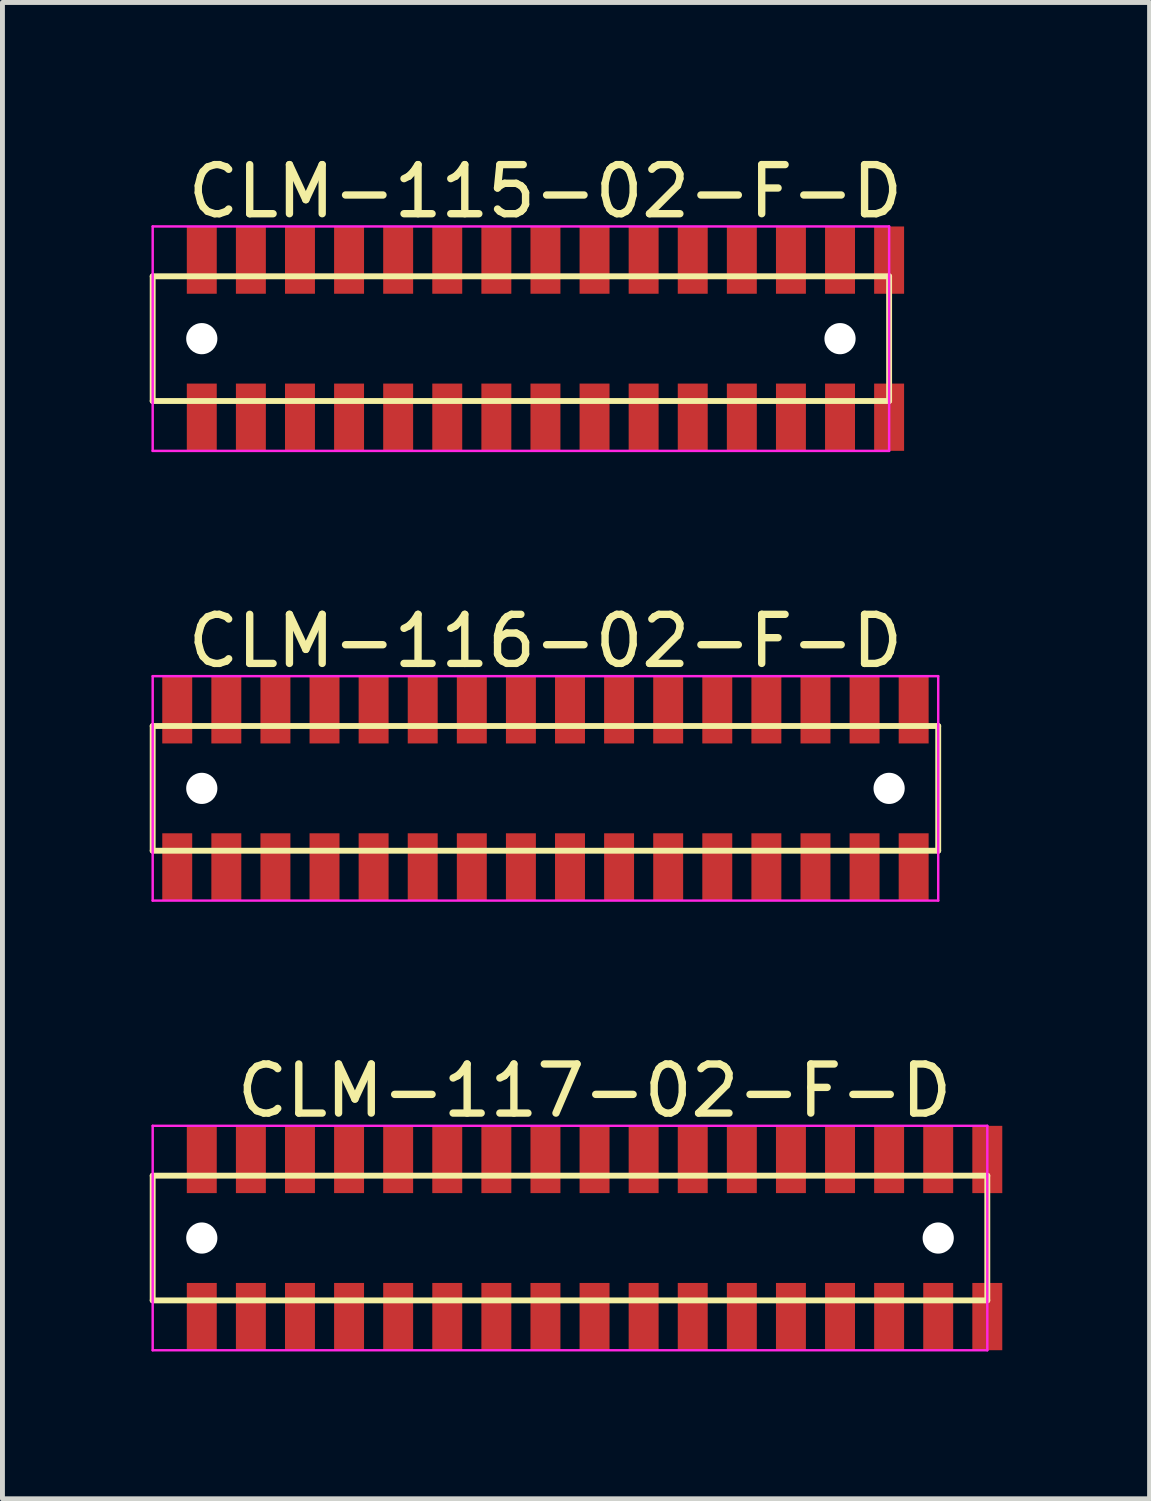
<source format=kicad_pcb>
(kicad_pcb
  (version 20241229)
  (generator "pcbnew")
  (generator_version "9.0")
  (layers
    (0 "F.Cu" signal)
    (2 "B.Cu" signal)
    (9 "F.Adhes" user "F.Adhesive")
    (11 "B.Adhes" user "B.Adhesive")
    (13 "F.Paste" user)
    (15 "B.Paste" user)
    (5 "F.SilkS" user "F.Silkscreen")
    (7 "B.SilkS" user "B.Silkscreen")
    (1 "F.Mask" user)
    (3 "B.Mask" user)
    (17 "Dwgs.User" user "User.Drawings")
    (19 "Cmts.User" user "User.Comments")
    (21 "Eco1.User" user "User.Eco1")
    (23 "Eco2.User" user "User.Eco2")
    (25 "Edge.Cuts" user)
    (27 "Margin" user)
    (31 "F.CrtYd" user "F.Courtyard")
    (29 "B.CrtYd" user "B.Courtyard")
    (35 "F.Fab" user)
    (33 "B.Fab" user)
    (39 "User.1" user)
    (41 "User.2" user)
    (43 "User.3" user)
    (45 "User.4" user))
  (footprint "CLM-116-02-F-D"
    (layer "F.Cu")
    (at 8.06 13.008)
    (property "Reference" "CLM-116-02-F-D" (at 0 -3 0) (layer "F.SilkS") (effects (font (size 1 1) (thickness 0.15))))
    (attr through_hole)
    (fp_line (start -8 -1.27) (end -8 1.27) (stroke (width 0.12) (type solid)) (layer "F.SilkS"))
    (fp_line (start -8 1.27) (end 8 1.27) (stroke (width 0.12) (type solid)) (layer "F.SilkS"))
    (fp_line (start 8 -1.27) (end -8 -1.27) (stroke (width 0.12) (type solid)) (layer "F.SilkS"))
    (fp_line (start 8 1.27) (end 8 -1.27) (stroke (width 0.12) (type solid)) (layer "F.SilkS"))
    (fp_line (start -8 -2.286) (end -8 2.286) (stroke (width 0.05) (type solid)) (layer "F.CrtYd"))
    (fp_line (start -8 2.286) (end 8 2.286) (stroke (width 0.05) (type solid)) (layer "F.CrtYd"))
    (fp_line (start 8 -2.286) (end -8 -2.286) (stroke (width 0.05) (type solid)) (layer "F.CrtYd"))
    (fp_line (start 8 2.286) (end 8 -2.286) (stroke (width 0.05) (type solid)) (layer "F.CrtYd"))
    (pad "" np_thru_hole circle (at -7 0) (size 0.635 0.635) (drill 0.635) (layers "*.Cu" "*.Mask"))
    (pad "" np_thru_hole circle (at 7 0) (size 0.635 0.635) (drill 0.635) (layers "*.Cu" "*.Mask"))
    (pad "1" smd rect (at -7.5 -1.6) (size 0.61 1.37) (layers "F.Cu" "F.Mask" "F.Paste"))
    (pad "2" smd rect (at -7.5 1.6) (size 0.61 1.37) (layers "F.Cu" "F.Mask" "F.Paste"))
    (pad "3" smd rect (at -6.5 -1.6) (size 0.61 1.37) (layers "F.Cu" "F.Mask" "F.Paste"))
    (pad "4" smd rect (at -6.5 1.6) (size 0.61 1.37) (layers "F.Cu" "F.Mask" "F.Paste"))
    (pad "5" smd rect (at -5.5 -1.6) (size 0.61 1.37) (layers "F.Cu" "F.Mask" "F.Paste"))
    (pad "6" smd rect (at -5.5 1.6) (size 0.61 1.37) (layers "F.Cu" "F.Mask" "F.Paste"))
    (pad "7" smd rect (at -4.5 -1.6) (size 0.61 1.37) (layers "F.Cu" "F.Mask" "F.Paste"))
    (pad "8" smd rect (at -4.5 1.6) (size 0.61 1.37) (layers "F.Cu" "F.Mask" "F.Paste"))
    (pad "9" smd rect (at -3.5 -1.6) (size 0.61 1.37) (layers "F.Cu" "F.Mask" "F.Paste"))
    (pad "10" smd rect (at -3.5 1.6) (size 0.61 1.37) (layers "F.Cu" "F.Mask" "F.Paste"))
    (pad "11" smd rect (at -2.5 -1.6) (size 0.61 1.37) (layers "F.Cu" "F.Mask" "F.Paste"))
    (pad "12" smd rect (at -2.5 1.6) (size 0.61 1.37) (layers "F.Cu" "F.Mask" "F.Paste"))
    (pad "13" smd rect (at -1.5 -1.6) (size 0.61 1.37) (layers "F.Cu" "F.Mask" "F.Paste"))
    (pad "14" smd rect (at -1.5 1.6) (size 0.61 1.37) (layers "F.Cu" "F.Mask" "F.Paste"))
    (pad "15" smd rect (at -0.5 -1.6) (size 0.61 1.37) (layers "F.Cu" "F.Mask" "F.Paste"))
    (pad "16" smd rect (at -0.5 1.6) (size 0.61 1.37) (layers "F.Cu" "F.Mask" "F.Paste"))
    (pad "17" smd rect (at 0.5 -1.6) (size 0.61 1.37) (layers "F.Cu" "F.Mask" "F.Paste"))
    (pad "18" smd rect (at 0.5 1.6) (size 0.61 1.37) (layers "F.Cu" "F.Mask" "F.Paste"))
    (pad "19" smd rect (at 1.5 -1.6) (size 0.61 1.37) (layers "F.Cu" "F.Mask" "F.Paste"))
    (pad "20" smd rect (at 1.5 1.6) (size 0.61 1.37) (layers "F.Cu" "F.Mask" "F.Paste"))
    (pad "21" smd rect (at 2.5 -1.6) (size 0.61 1.37) (layers "F.Cu" "F.Mask" "F.Paste"))
    (pad "22" smd rect (at 2.5 1.6) (size 0.61 1.37) (layers "F.Cu" "F.Mask" "F.Paste"))
    (pad "23" smd rect (at 3.5 -1.6) (size 0.61 1.37) (layers "F.Cu" "F.Mask" "F.Paste"))
    (pad "24" smd rect (at 3.5 1.6) (size 0.61 1.37) (layers "F.Cu" "F.Mask" "F.Paste"))
    (pad "25" smd rect (at 4.5 -1.6) (size 0.61 1.37) (layers "F.Cu" "F.Mask" "F.Paste"))
    (pad "26" smd rect (at 4.5 1.6) (size 0.61 1.37) (layers "F.Cu" "F.Mask" "F.Paste"))
    (pad "27" smd rect (at 5.5 -1.6) (size 0.61 1.37) (layers "F.Cu" "F.Mask" "F.Paste"))
    (pad "28" smd rect (at 5.5 1.6) (size 0.61 1.37) (layers "F.Cu" "F.Mask" "F.Paste"))
    (pad "29" smd rect (at 6.5 -1.6) (size 0.61 1.37) (layers "F.Cu" "F.Mask" "F.Paste"))
    (pad "30" smd rect (at 6.5 1.6) (size 0.61 1.37) (layers "F.Cu" "F.Mask" "F.Paste"))
    (pad "31" smd rect (at 7.5 -1.6) (size 0.61 1.37) (layers "F.Cu" "F.Mask" "F.Paste"))
    (pad "32" smd rect (at 7.5 1.6) (size 0.61 1.37) (layers "F.Cu" "F.Mask" "F.Paste")))
  (footprint "CLM-115-02-F-D"
    (layer "F.Cu")
    (at 8.06 3.848)
    (property "Reference" "CLM-115-02-F-D" (at 0 -3 0) (layer "F.SilkS") (effects (font (size 1 1) (thickness 0.15))))
    (attr through_hole)
    (fp_line (start -8 -1.27) (end -8 1.27) (stroke (width 0.12) (type solid)) (layer "F.SilkS"))
    (fp_line (start -8 1.27) (end 7 1.27) (stroke (width 0.12) (type solid)) (layer "F.SilkS"))
    (fp_line (start 7 -1.27) (end -8 -1.27) (stroke (width 0.12) (type solid)) (layer "F.SilkS"))
    (fp_line (start 7 1.27) (end 7 -1.27) (stroke (width 0.12) (type solid)) (layer "F.SilkS"))
    (fp_line (start -8 -2.286) (end -8 2.286) (stroke (width 0.05) (type solid)) (layer "F.CrtYd"))
    (fp_line (start -8 2.286) (end 7 2.286) (stroke (width 0.05) (type solid)) (layer "F.CrtYd"))
    (fp_line (start 7 -2.286) (end -8 -2.286) (stroke (width 0.05) (type solid)) (layer "F.CrtYd"))
    (fp_line (start 7 2.286) (end 7 -2.286) (stroke (width 0.05) (type solid)) (layer "F.CrtYd"))
    (pad "" np_thru_hole circle (at -7 0) (size 0.635 0.635) (drill 0.635) (layers "*.Cu" "*.Mask"))
    (pad "" np_thru_hole circle (at 6 0) (size 0.635 0.635) (drill 0.635) (layers "*.Cu" "*.Mask"))
    (pad "1" smd rect (at -7 -1.6) (size 0.61 1.37) (layers "F.Cu" "F.Mask" "F.Paste"))
    (pad "2" smd rect (at -7 1.6) (size 0.61 1.37) (layers "F.Cu" "F.Mask" "F.Paste"))
    (pad "3" smd rect (at -6 -1.6) (size 0.61 1.37) (layers "F.Cu" "F.Mask" "F.Paste"))
    (pad "4" smd rect (at -6 1.6) (size 0.61 1.37) (layers "F.Cu" "F.Mask" "F.Paste"))
    (pad "5" smd rect (at -5 -1.6) (size 0.61 1.37) (layers "F.Cu" "F.Mask" "F.Paste"))
    (pad "6" smd rect (at -5 1.6) (size 0.61 1.37) (layers "F.Cu" "F.Mask" "F.Paste"))
    (pad "7" smd rect (at -4 -1.6) (size 0.61 1.37) (layers "F.Cu" "F.Mask" "F.Paste"))
    (pad "8" smd rect (at -4 1.6) (size 0.61 1.37) (layers "F.Cu" "F.Mask" "F.Paste"))
    (pad "9" smd rect (at -3 -1.6) (size 0.61 1.37) (layers "F.Cu" "F.Mask" "F.Paste"))
    (pad "10" smd rect (at -3 1.6) (size 0.61 1.37) (layers "F.Cu" "F.Mask" "F.Paste"))
    (pad "11" smd rect (at -2 -1.6) (size 0.61 1.37) (layers "F.Cu" "F.Mask" "F.Paste"))
    (pad "12" smd rect (at -2 1.6) (size 0.61 1.37) (layers "F.Cu" "F.Mask" "F.Paste"))
    (pad "13" smd rect (at -1 -1.6) (size 0.61 1.37) (layers "F.Cu" "F.Mask" "F.Paste"))
    (pad "14" smd rect (at -1 1.6) (size 0.61 1.37) (layers "F.Cu" "F.Mask" "F.Paste"))
    (pad "15" smd rect (at 0 -1.6) (size 0.61 1.37) (layers "F.Cu" "F.Mask" "F.Paste"))
    (pad "16" smd rect (at 0 1.6) (size 0.61 1.37) (layers "F.Cu" "F.Mask" "F.Paste"))
    (pad "17" smd rect (at 1 -1.6) (size 0.61 1.37) (layers "F.Cu" "F.Mask" "F.Paste"))
    (pad "18" smd rect (at 1 1.6) (size 0.61 1.37) (layers "F.Cu" "F.Mask" "F.Paste"))
    (pad "19" smd rect (at 2 -1.6) (size 0.61 1.37) (layers "F.Cu" "F.Mask" "F.Paste"))
    (pad "20" smd rect (at 2 1.6) (size 0.61 1.37) (layers "F.Cu" "F.Mask" "F.Paste"))
    (pad "21" smd rect (at 3 -1.6) (size 0.61 1.37) (layers "F.Cu" "F.Mask" "F.Paste"))
    (pad "22" smd rect (at 3 1.6) (size 0.61 1.37) (layers "F.Cu" "F.Mask" "F.Paste"))
    (pad "23" smd rect (at 4 -1.6) (size 0.61 1.37) (layers "F.Cu" "F.Mask" "F.Paste"))
    (pad "24" smd rect (at 4 1.6) (size 0.61 1.37) (layers "F.Cu" "F.Mask" "F.Paste"))
    (pad "25" smd rect (at 5 -1.6) (size 0.61 1.37) (layers "F.Cu" "F.Mask" "F.Paste"))
    (pad "26" smd rect (at 5 1.6) (size 0.61 1.37) (layers "F.Cu" "F.Mask" "F.Paste"))
    (pad "27" smd rect (at 6 -1.6) (size 0.61 1.37) (layers "F.Cu" "F.Mask" "F.Paste"))
    (pad "28" smd rect (at 6 1.6) (size 0.61 1.37) (layers "F.Cu" "F.Mask" "F.Paste"))
    (pad "29" smd rect (at 7 -1.6) (size 0.61 1.37) (layers "F.Cu" "F.Mask" "F.Paste"))
    (pad "30" smd rect (at 7 1.6) (size 0.61 1.37) (layers "F.Cu" "F.Mask" "F.Paste")))
  (footprint "CLM-117-02-F-D"
    (layer "F.Cu")
    (at 9.06 22.167)
    (property "Reference" "CLM-117-02-F-D" (at 0 -3 0) (layer "F.SilkS") (effects (font (size 1 1) (thickness 0.15))))
    (attr through_hole)
    (fp_line (start -9 -1.27) (end -9 1.27) (stroke (width 0.12) (type solid)) (layer "F.SilkS"))
    (fp_line (start -9 1.27) (end 8 1.27) (stroke (width 0.12) (type solid)) (layer "F.SilkS"))
    (fp_line (start 8 -1.27) (end -9 -1.27) (stroke (width 0.12) (type solid)) (layer "F.SilkS"))
    (fp_line (start 8 1.27) (end 8 -1.27) (stroke (width 0.12) (type solid)) (layer "F.SilkS"))
    (fp_line (start -9 -2.286) (end -9 2.286) (stroke (width 0.05) (type solid)) (layer "F.CrtYd"))
    (fp_line (start -9 2.286) (end 8 2.286) (stroke (width 0.05) (type solid)) (layer "F.CrtYd"))
    (fp_line (start 8 -2.286) (end -9 -2.286) (stroke (width 0.05) (type solid)) (layer "F.CrtYd"))
    (fp_line (start 8 2.286) (end 8 -2.286) (stroke (width 0.05) (type solid)) (layer "F.CrtYd"))
    (pad "" np_thru_hole circle (at -8 0) (size 0.635 0.635) (drill 0.635) (layers "*.Cu" "*.Mask"))
    (pad "" np_thru_hole circle (at 7 0) (size 0.635 0.635) (drill 0.635) (layers "*.Cu" "*.Mask"))
    (pad "1" smd rect (at -8 -1.6) (size 0.61 1.37) (layers "F.Cu" "F.Mask" "F.Paste"))
    (pad "2" smd rect (at -8 1.6) (size 0.61 1.37) (layers "F.Cu" "F.Mask" "F.Paste"))
    (pad "3" smd rect (at -7 -1.6) (size 0.61 1.37) (layers "F.Cu" "F.Mask" "F.Paste"))
    (pad "4" smd rect (at -7 1.6) (size 0.61 1.37) (layers "F.Cu" "F.Mask" "F.Paste"))
    (pad "5" smd rect (at -6 -1.6) (size 0.61 1.37) (layers "F.Cu" "F.Mask" "F.Paste"))
    (pad "6" smd rect (at -6 1.6) (size 0.61 1.37) (layers "F.Cu" "F.Mask" "F.Paste"))
    (pad "7" smd rect (at -5 -1.6) (size 0.61 1.37) (layers "F.Cu" "F.Mask" "F.Paste"))
    (pad "8" smd rect (at -5 1.6) (size 0.61 1.37) (layers "F.Cu" "F.Mask" "F.Paste"))
    (pad "9" smd rect (at -4 -1.6) (size 0.61 1.37) (layers "F.Cu" "F.Mask" "F.Paste"))
    (pad "10" smd rect (at -4 1.6) (size 0.61 1.37) (layers "F.Cu" "F.Mask" "F.Paste"))
    (pad "11" smd rect (at -3 -1.6) (size 0.61 1.37) (layers "F.Cu" "F.Mask" "F.Paste"))
    (pad "12" smd rect (at -3 1.6) (size 0.61 1.37) (layers "F.Cu" "F.Mask" "F.Paste"))
    (pad "13" smd rect (at -2 -1.6) (size 0.61 1.37) (layers "F.Cu" "F.Mask" "F.Paste"))
    (pad "14" smd rect (at -2 1.6) (size 0.61 1.37) (layers "F.Cu" "F.Mask" "F.Paste"))
    (pad "15" smd rect (at -1 -1.6) (size 0.61 1.37) (layers "F.Cu" "F.Mask" "F.Paste"))
    (pad "16" smd rect (at -1 1.6) (size 0.61 1.37) (layers "F.Cu" "F.Mask" "F.Paste"))
    (pad "17" smd rect (at 0 -1.6) (size 0.61 1.37) (layers "F.Cu" "F.Mask" "F.Paste"))
    (pad "18" smd rect (at 0 1.6) (size 0.61 1.37) (layers "F.Cu" "F.Mask" "F.Paste"))
    (pad "19" smd rect (at 1 -1.6) (size 0.61 1.37) (layers "F.Cu" "F.Mask" "F.Paste"))
    (pad "20" smd rect (at 1 1.6) (size 0.61 1.37) (layers "F.Cu" "F.Mask" "F.Paste"))
    (pad "21" smd rect (at 2 -1.6) (size 0.61 1.37) (layers "F.Cu" "F.Mask" "F.Paste"))
    (pad "22" smd rect (at 2 1.6) (size 0.61 1.37) (layers "F.Cu" "F.Mask" "F.Paste"))
    (pad "23" smd rect (at 3 -1.6) (size 0.61 1.37) (layers "F.Cu" "F.Mask" "F.Paste"))
    (pad "24" smd rect (at 3 1.6) (size 0.61 1.37) (layers "F.Cu" "F.Mask" "F.Paste"))
    (pad "25" smd rect (at 4 -1.6) (size 0.61 1.37) (layers "F.Cu" "F.Mask" "F.Paste"))
    (pad "26" smd rect (at 4 1.6) (size 0.61 1.37) (layers "F.Cu" "F.Mask" "F.Paste"))
    (pad "27" smd rect (at 5 -1.6) (size 0.61 1.37) (layers "F.Cu" "F.Mask" "F.Paste"))
    (pad "28" smd rect (at 5 1.6) (size 0.61 1.37) (layers "F.Cu" "F.Mask" "F.Paste"))
    (pad "29" smd rect (at 6 -1.6) (size 0.61 1.37) (layers "F.Cu" "F.Mask" "F.Paste"))
    (pad "30" smd rect (at 6 1.6) (size 0.61 1.37) (layers "F.Cu" "F.Mask" "F.Paste"))
    (pad "31" smd rect (at 7 -1.6) (size 0.61 1.37) (layers "F.Cu" "F.Mask" "F.Paste"))
    (pad "32" smd rect (at 7 1.6) (size 0.61 1.37) (layers "F.Cu" "F.Mask" "F.Paste"))
    (pad "33" smd rect (at 8 -1.6) (size 0.61 1.37) (layers "F.Cu" "F.Mask" "F.Paste"))
    (pad "34" smd rect (at 8 1.6) (size 0.61 1.37) (layers "F.Cu" "F.Mask" "F.Paste")))
  (gr_rect
    (start -3 -3)
    (end 20.365 27.478)
    (stroke (width 0.1) (type default))
    (fill no)
    (layer "Edge.Cuts")))
</source>
